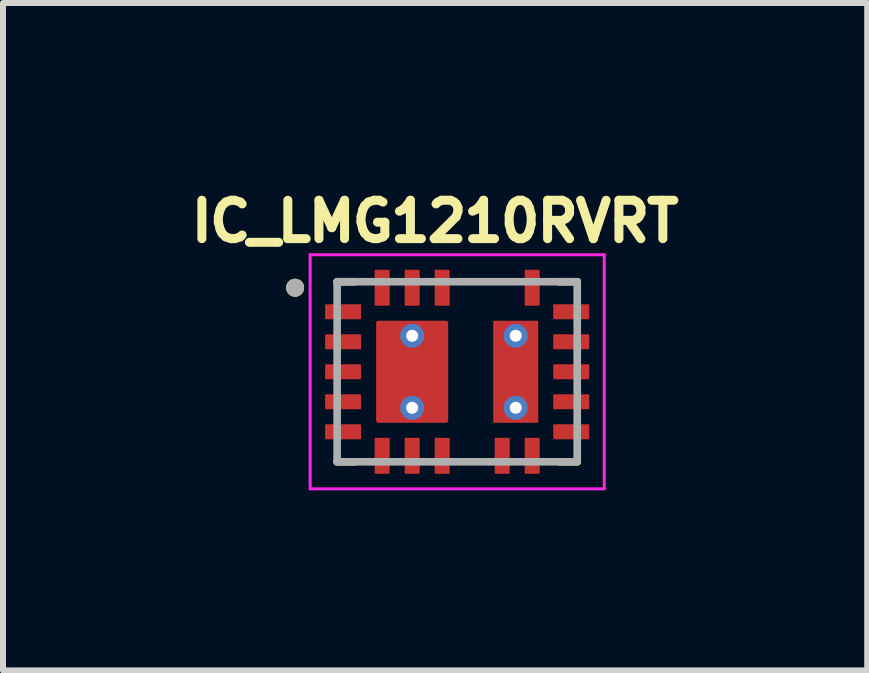
<source format=kicad_pcb>
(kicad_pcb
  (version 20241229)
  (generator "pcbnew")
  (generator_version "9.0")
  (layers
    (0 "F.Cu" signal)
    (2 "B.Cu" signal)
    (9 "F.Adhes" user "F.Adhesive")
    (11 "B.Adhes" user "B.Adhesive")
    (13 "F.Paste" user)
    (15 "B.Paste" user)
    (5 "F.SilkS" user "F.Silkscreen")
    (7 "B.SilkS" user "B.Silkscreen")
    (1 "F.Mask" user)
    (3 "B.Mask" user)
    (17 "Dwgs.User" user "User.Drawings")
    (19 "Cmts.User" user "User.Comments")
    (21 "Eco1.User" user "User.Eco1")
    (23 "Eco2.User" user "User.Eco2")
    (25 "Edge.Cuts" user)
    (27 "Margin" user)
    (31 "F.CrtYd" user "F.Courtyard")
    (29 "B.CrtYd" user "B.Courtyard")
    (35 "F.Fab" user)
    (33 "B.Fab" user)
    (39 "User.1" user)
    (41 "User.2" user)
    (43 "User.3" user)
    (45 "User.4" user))
  (footprint "IC_LMG1210RVRT"
    (layer "F.Cu")
    (at 4.567 3.144)
    (property "Reference" "IC_LMG1210RVRT" (at -0.368 -2.506 0) (layer "F.SilkS") (effects (font (size 0.64 0.64) (thickness 0.15))))
    (attr smd)
    (fp_poly (pts (xy 1.4 -0.9) (xy 0.55 -0.9) (xy 0.55 0.9) (xy 1.4 0.9)) (stroke (width 0.01) (type solid)) (fill yes) (layer "F.Mask"))
    (fp_poly (pts (xy -0.105 -0.9) (xy -1.395 -0.9) (xy -1.396 -0.9) (xy -1.397 -0.9) (xy -1.397 -0.899) (xy -1.398 -0.899) (xy -1.399 -0.899) (xy -1.399 -0.898) (xy -1.399 -0.897) (xy -1.4 -0.897) (xy -1.4 -0.896) (xy -1.4 -0.895) (xy -1.4 0.895) (xy -1.4 0.896) (xy -1.4 0.897) (xy -1.399 0.897) (xy -1.399 0.898) (xy -1.399 0.899) (xy -1.398 0.899) (xy -1.397 0.899) (xy -1.397 0.9) (xy -1.396 0.9) (xy -1.395 0.9) (xy -0.105 0.9) (xy -0.104 0.9) (xy -0.103 0.9) (xy -0.103 0.899) (xy -0.102 0.899) (xy -0.101 0.899) (xy -0.101 0.898) (xy -0.101 0.897) (xy -0.1 0.897) (xy -0.1 0.896) (xy -0.1 0.895) (xy -0.1 -0.895) (xy -0.1 -0.896) (xy -0.1 -0.897) (xy -0.101 -0.897) (xy -0.101 -0.898) (xy -0.101 -0.899) (xy -0.102 -0.899) (xy -0.103 -0.899) (xy -0.103 -0.9) (xy -0.104 -0.9) (xy -0.105 -0.9)) (stroke (width 0.01) (type solid)) (fill yes) (layer "F.Mask"))
    (fp_poly (pts (xy -1.6 -1.175) (xy -2.2 -1.175) (xy -2.203 -1.175) (xy -2.205 -1.175) (xy -2.208 -1.174) (xy -2.21 -1.174) (xy -2.213 -1.173) (xy -2.215 -1.173) (xy -2.218 -1.172) (xy -2.22 -1.171) (xy -2.223 -1.17) (xy -2.225 -1.168) (xy -2.227 -1.167) (xy -2.229 -1.165) (xy -2.231 -1.164) (xy -2.233 -1.162) (xy -2.235 -1.16) (xy -2.237 -1.158) (xy -2.239 -1.156) (xy -2.24 -1.154) (xy -2.242 -1.152) (xy -2.243 -1.15) (xy -2.245 -1.148) (xy -2.246 -1.145) (xy -2.247 -1.143) (xy -2.248 -1.14) (xy -2.248 -1.138) (xy -2.249 -1.135) (xy -2.249 -1.133) (xy -2.25 -1.13) (xy -2.25 -1.128) (xy -2.25 -1.125) (xy -2.25 -0.875) (xy -2.25 -0.872) (xy -2.25 -0.87) (xy -2.249 -0.867) (xy -2.249 -0.865) (xy -2.248 -0.862) (xy -2.248 -0.86) (xy -2.247 -0.857) (xy -2.246 -0.855) (xy -2.245 -0.852) (xy -2.243 -0.85) (xy -2.242 -0.848) (xy -2.24 -0.846) (xy -2.239 -0.844) (xy -2.237 -0.842) (xy -2.235 -0.84) (xy -2.233 -0.838) (xy -2.231 -0.836) (xy -2.229 -0.835) (xy -2.227 -0.833) (xy -2.225 -0.832) (xy -2.223 -0.83) (xy -2.22 -0.829) (xy -2.218 -0.828) (xy -2.215 -0.827) (xy -2.213 -0.827) (xy -2.21 -0.826) (xy -2.208 -0.826) (xy -2.205 -0.825) (xy -2.203 -0.825) (xy -2.2 -0.825) (xy -1.6 -0.825) (xy -1.597 -0.825) (xy -1.595 -0.825) (xy -1.592 -0.826) (xy -1.59 -0.826) (xy -1.587 -0.827) (xy -1.585 -0.827) (xy -1.582 -0.828) (xy -1.58 -0.829) (xy -1.577 -0.83) (xy -1.575 -0.832) (xy -1.573 -0.833) (xy -1.571 -0.835) (xy -1.569 -0.836) (xy -1.567 -0.838) (xy -1.565 -0.84) (xy -1.563 -0.842) (xy -1.561 -0.844) (xy -1.56 -0.846) (xy -1.558 -0.848) (xy -1.557 -0.85) (xy -1.555 -0.852) (xy -1.554 -0.855) (xy -1.553 -0.857) (xy -1.552 -0.86) (xy -1.552 -0.862) (xy -1.551 -0.865) (xy -1.551 -0.867) (xy -1.55 -0.87) (xy -1.55 -0.872) (xy -1.55 -0.875) (xy -1.55 -1.125) (xy -1.55 -1.128) (xy -1.55 -1.13) (xy -1.551 -1.133) (xy -1.551 -1.135) (xy -1.552 -1.138) (xy -1.552 -1.14) (xy -1.553 -1.143) (xy -1.554 -1.145) (xy -1.555 -1.148) (xy -1.557 -1.15) (xy -1.558 -1.152) (xy -1.56 -1.154) (xy -1.561 -1.156) (xy -1.563 -1.158) (xy -1.565 -1.16) (xy -1.567 -1.162) (xy -1.569 -1.164) (xy -1.571 -1.165) (xy -1.573 -1.167) (xy -1.575 -1.168) (xy -1.577 -1.17) (xy -1.58 -1.171) (xy -1.582 -1.172) (xy -1.585 -1.173) (xy -1.587 -1.173) (xy -1.59 -1.174) (xy -1.592 -1.174) (xy -1.595 -1.175) (xy -1.597 -1.175) (xy -1.6 -1.175)) (stroke (width 0.01) (type solid)) (fill yes) (layer "F.Mask"))
    (fp_poly (pts (xy -1.6 -0.675) (xy -2.2 -0.675) (xy -2.203 -0.675) (xy -2.205 -0.675) (xy -2.208 -0.674) (xy -2.21 -0.674) (xy -2.213 -0.673) (xy -2.215 -0.673) (xy -2.218 -0.672) (xy -2.22 -0.671) (xy -2.223 -0.67) (xy -2.225 -0.668) (xy -2.227 -0.667) (xy -2.229 -0.665) (xy -2.231 -0.664) (xy -2.233 -0.662) (xy -2.235 -0.66) (xy -2.237 -0.658) (xy -2.239 -0.656) (xy -2.24 -0.654) (xy -2.242 -0.652) (xy -2.243 -0.65) (xy -2.245 -0.648) (xy -2.246 -0.645) (xy -2.247 -0.643) (xy -2.248 -0.64) (xy -2.248 -0.638) (xy -2.249 -0.635) (xy -2.249 -0.633) (xy -2.25 -0.63) (xy -2.25 -0.628) (xy -2.25 -0.625) (xy -2.25 -0.375) (xy -2.25 -0.372) (xy -2.25 -0.37) (xy -2.249 -0.367) (xy -2.249 -0.365) (xy -2.248 -0.362) (xy -2.248 -0.36) (xy -2.247 -0.357) (xy -2.246 -0.355) (xy -2.245 -0.352) (xy -2.243 -0.35) (xy -2.242 -0.348) (xy -2.24 -0.346) (xy -2.239 -0.344) (xy -2.237 -0.342) (xy -2.235 -0.34) (xy -2.233 -0.338) (xy -2.231 -0.336) (xy -2.229 -0.335) (xy -2.227 -0.333) (xy -2.225 -0.332) (xy -2.223 -0.33) (xy -2.22 -0.329) (xy -2.218 -0.328) (xy -2.215 -0.327) (xy -2.213 -0.327) (xy -2.21 -0.326) (xy -2.208 -0.326) (xy -2.205 -0.325) (xy -2.203 -0.325) (xy -2.2 -0.325) (xy -1.6 -0.325) (xy -1.597 -0.325) (xy -1.595 -0.325) (xy -1.592 -0.326) (xy -1.59 -0.326) (xy -1.587 -0.327) (xy -1.585 -0.327) (xy -1.582 -0.328) (xy -1.58 -0.329) (xy -1.577 -0.33) (xy -1.575 -0.332) (xy -1.573 -0.333) (xy -1.571 -0.335) (xy -1.569 -0.336) (xy -1.567 -0.338) (xy -1.565 -0.34) (xy -1.563 -0.342) (xy -1.561 -0.344) (xy -1.56 -0.346) (xy -1.558 -0.348) (xy -1.557 -0.35) (xy -1.555 -0.352) (xy -1.554 -0.355) (xy -1.553 -0.357) (xy -1.552 -0.36) (xy -1.552 -0.362) (xy -1.551 -0.365) (xy -1.551 -0.367) (xy -1.55 -0.37) (xy -1.55 -0.372) (xy -1.55 -0.375) (xy -1.55 -0.625) (xy -1.55 -0.628) (xy -1.55 -0.63) (xy -1.551 -0.633) (xy -1.551 -0.635) (xy -1.552 -0.638) (xy -1.552 -0.64) (xy -1.553 -0.643) (xy -1.554 -0.645) (xy -1.555 -0.648) (xy -1.557 -0.65) (xy -1.558 -0.652) (xy -1.56 -0.654) (xy -1.561 -0.656) (xy -1.563 -0.658) (xy -1.565 -0.66) (xy -1.567 -0.662) (xy -1.569 -0.664) (xy -1.571 -0.665) (xy -1.573 -0.667) (xy -1.575 -0.668) (xy -1.577 -0.67) (xy -1.58 -0.671) (xy -1.582 -0.672) (xy -1.585 -0.673) (xy -1.587 -0.673) (xy -1.59 -0.674) (xy -1.592 -0.674) (xy -1.595 -0.675) (xy -1.597 -0.675) (xy -1.6 -0.675)) (stroke (width 0.01) (type solid)) (fill yes) (layer "F.Mask"))
    (fp_poly (pts (xy -1.6 -0.175) (xy -2.2 -0.175) (xy -2.203 -0.175) (xy -2.205 -0.175) (xy -2.208 -0.174) (xy -2.21 -0.174) (xy -2.213 -0.173) (xy -2.215 -0.173) (xy -2.218 -0.172) (xy -2.22 -0.171) (xy -2.223 -0.17) (xy -2.225 -0.168) (xy -2.227 -0.167) (xy -2.229 -0.165) (xy -2.231 -0.164) (xy -2.233 -0.162) (xy -2.235 -0.16) (xy -2.237 -0.158) (xy -2.239 -0.156) (xy -2.24 -0.154) (xy -2.242 -0.152) (xy -2.243 -0.15) (xy -2.245 -0.148) (xy -2.246 -0.145) (xy -2.247 -0.143) (xy -2.248 -0.14) (xy -2.248 -0.138) (xy -2.249 -0.135) (xy -2.249 -0.133) (xy -2.25 -0.13) (xy -2.25 -0.128) (xy -2.25 -0.125) (xy -2.25 0.125) (xy -2.25 0.128) (xy -2.25 0.13) (xy -2.249 0.133) (xy -2.249 0.135) (xy -2.248 0.138) (xy -2.248 0.14) (xy -2.247 0.143) (xy -2.246 0.145) (xy -2.245 0.148) (xy -2.243 0.15) (xy -2.242 0.152) (xy -2.24 0.154) (xy -2.239 0.156) (xy -2.237 0.158) (xy -2.235 0.16) (xy -2.233 0.162) (xy -2.231 0.164) (xy -2.229 0.165) (xy -2.227 0.167) (xy -2.225 0.168) (xy -2.223 0.17) (xy -2.22 0.171) (xy -2.218 0.172) (xy -2.215 0.173) (xy -2.213 0.173) (xy -2.21 0.174) (xy -2.208 0.174) (xy -2.205 0.175) (xy -2.203 0.175) (xy -2.2 0.175) (xy -1.6 0.175) (xy -1.597 0.175) (xy -1.595 0.175) (xy -1.592 0.174) (xy -1.59 0.174) (xy -1.587 0.173) (xy -1.585 0.173) (xy -1.582 0.172) (xy -1.58 0.171) (xy -1.577 0.17) (xy -1.575 0.168) (xy -1.573 0.167) (xy -1.571 0.165) (xy -1.569 0.164) (xy -1.567 0.162) (xy -1.565 0.16) (xy -1.563 0.158) (xy -1.561 0.156) (xy -1.56 0.154) (xy -1.558 0.152) (xy -1.557 0.15) (xy -1.555 0.148) (xy -1.554 0.145) (xy -1.553 0.143) (xy -1.552 0.14) (xy -1.552 0.138) (xy -1.551 0.135) (xy -1.551 0.133) (xy -1.55 0.13) (xy -1.55 0.128) (xy -1.55 0.125) (xy -1.55 -0.125) (xy -1.55 -0.128) (xy -1.55 -0.13) (xy -1.551 -0.133) (xy -1.551 -0.135) (xy -1.552 -0.138) (xy -1.552 -0.14) (xy -1.553 -0.143) (xy -1.554 -0.145) (xy -1.555 -0.148) (xy -1.557 -0.15) (xy -1.558 -0.152) (xy -1.56 -0.154) (xy -1.561 -0.156) (xy -1.563 -0.158) (xy -1.565 -0.16) (xy -1.567 -0.162) (xy -1.569 -0.164) (xy -1.571 -0.165) (xy -1.573 -0.167) (xy -1.575 -0.168) (xy -1.577 -0.17) (xy -1.58 -0.171) (xy -1.582 -0.172) (xy -1.585 -0.173) (xy -1.587 -0.173) (xy -1.59 -0.174) (xy -1.592 -0.174) (xy -1.595 -0.175) (xy -1.597 -0.175) (xy -1.6 -0.175)) (stroke (width 0.01) (type solid)) (fill yes) (layer "F.Mask"))
    (fp_poly (pts (xy -1.6 0.325) (xy -2.2 0.325) (xy -2.203 0.325) (xy -2.205 0.325) (xy -2.208 0.326) (xy -2.21 0.326) (xy -2.213 0.327) (xy -2.215 0.327) (xy -2.218 0.328) (xy -2.22 0.329) (xy -2.223 0.33) (xy -2.225 0.332) (xy -2.227 0.333) (xy -2.229 0.335) (xy -2.231 0.336) (xy -2.233 0.338) (xy -2.235 0.34) (xy -2.237 0.342) (xy -2.239 0.344) (xy -2.24 0.346) (xy -2.242 0.348) (xy -2.243 0.35) (xy -2.245 0.352) (xy -2.246 0.355) (xy -2.247 0.357) (xy -2.248 0.36) (xy -2.248 0.362) (xy -2.249 0.365) (xy -2.249 0.367) (xy -2.25 0.37) (xy -2.25 0.372) (xy -2.25 0.375) (xy -2.25 0.625) (xy -2.25 0.628) (xy -2.25 0.63) (xy -2.249 0.633) (xy -2.249 0.635) (xy -2.248 0.638) (xy -2.248 0.64) (xy -2.247 0.643) (xy -2.246 0.645) (xy -2.245 0.648) (xy -2.243 0.65) (xy -2.242 0.652) (xy -2.24 0.654) (xy -2.239 0.656) (xy -2.237 0.658) (xy -2.235 0.66) (xy -2.233 0.662) (xy -2.231 0.664) (xy -2.229 0.665) (xy -2.227 0.667) (xy -2.225 0.668) (xy -2.223 0.67) (xy -2.22 0.671) (xy -2.218 0.672) (xy -2.215 0.673) (xy -2.213 0.673) (xy -2.21 0.674) (xy -2.208 0.674) (xy -2.205 0.675) (xy -2.203 0.675) (xy -2.2 0.675) (xy -1.6 0.675) (xy -1.597 0.675) (xy -1.595 0.675) (xy -1.592 0.674) (xy -1.59 0.674) (xy -1.587 0.673) (xy -1.585 0.673) (xy -1.582 0.672) (xy -1.58 0.671) (xy -1.577 0.67) (xy -1.575 0.668) (xy -1.573 0.667) (xy -1.571 0.665) (xy -1.569 0.664) (xy -1.567 0.662) (xy -1.565 0.66) (xy -1.563 0.658) (xy -1.561 0.656) (xy -1.56 0.654) (xy -1.558 0.652) (xy -1.557 0.65) (xy -1.555 0.648) (xy -1.554 0.645) (xy -1.553 0.643) (xy -1.552 0.64) (xy -1.552 0.638) (xy -1.551 0.635) (xy -1.551 0.633) (xy -1.55 0.63) (xy -1.55 0.628) (xy -1.55 0.625) (xy -1.55 0.375) (xy -1.55 0.372) (xy -1.55 0.37) (xy -1.551 0.367) (xy -1.551 0.365) (xy -1.552 0.362) (xy -1.552 0.36) (xy -1.553 0.357) (xy -1.554 0.355) (xy -1.555 0.352) (xy -1.557 0.35) (xy -1.558 0.348) (xy -1.56 0.346) (xy -1.561 0.344) (xy -1.563 0.342) (xy -1.565 0.34) (xy -1.567 0.338) (xy -1.569 0.336) (xy -1.571 0.335) (xy -1.573 0.333) (xy -1.575 0.332) (xy -1.577 0.33) (xy -1.58 0.329) (xy -1.582 0.328) (xy -1.585 0.327) (xy -1.587 0.327) (xy -1.59 0.326) (xy -1.592 0.326) (xy -1.595 0.325) (xy -1.597 0.325) (xy -1.6 0.325)) (stroke (width 0.01) (type solid)) (fill yes) (layer "F.Mask"))
    (fp_poly (pts (xy -1.6 0.825) (xy -2.2 0.825) (xy -2.203 0.825) (xy -2.205 0.825) (xy -2.208 0.826) (xy -2.21 0.826) (xy -2.213 0.827) (xy -2.215 0.827) (xy -2.218 0.828) (xy -2.22 0.829) (xy -2.223 0.83) (xy -2.225 0.832) (xy -2.227 0.833) (xy -2.229 0.835) (xy -2.231 0.836) (xy -2.233 0.838) (xy -2.235 0.84) (xy -2.237 0.842) (xy -2.239 0.844) (xy -2.24 0.846) (xy -2.242 0.848) (xy -2.243 0.85) (xy -2.245 0.852) (xy -2.246 0.855) (xy -2.247 0.857) (xy -2.248 0.86) (xy -2.248 0.862) (xy -2.249 0.865) (xy -2.249 0.867) (xy -2.25 0.87) (xy -2.25 0.872) (xy -2.25 0.875) (xy -2.25 1.125) (xy -2.25 1.128) (xy -2.25 1.13) (xy -2.249 1.133) (xy -2.249 1.135) (xy -2.248 1.138) (xy -2.248 1.14) (xy -2.247 1.143) (xy -2.246 1.145) (xy -2.245 1.148) (xy -2.243 1.15) (xy -2.242 1.152) (xy -2.24 1.154) (xy -2.239 1.156) (xy -2.237 1.158) (xy -2.235 1.16) (xy -2.233 1.162) (xy -2.231 1.164) (xy -2.229 1.165) (xy -2.227 1.167) (xy -2.225 1.168) (xy -2.223 1.17) (xy -2.22 1.171) (xy -2.218 1.172) (xy -2.215 1.173) (xy -2.213 1.173) (xy -2.21 1.174) (xy -2.208 1.174) (xy -2.205 1.175) (xy -2.203 1.175) (xy -2.2 1.175) (xy -1.6 1.175) (xy -1.597 1.175) (xy -1.595 1.175) (xy -1.592 1.174) (xy -1.59 1.174) (xy -1.587 1.173) (xy -1.585 1.173) (xy -1.582 1.172) (xy -1.58 1.171) (xy -1.577 1.17) (xy -1.575 1.168) (xy -1.573 1.167) (xy -1.571 1.165) (xy -1.569 1.164) (xy -1.567 1.162) (xy -1.565 1.16) (xy -1.563 1.158) (xy -1.561 1.156) (xy -1.56 1.154) (xy -1.558 1.152) (xy -1.557 1.15) (xy -1.555 1.148) (xy -1.554 1.145) (xy -1.553 1.143) (xy -1.552 1.14) (xy -1.552 1.138) (xy -1.551 1.135) (xy -1.551 1.133) (xy -1.55 1.13) (xy -1.55 1.128) (xy -1.55 1.125) (xy -1.55 0.875) (xy -1.55 0.872) (xy -1.55 0.87) (xy -1.551 0.867) (xy -1.551 0.865) (xy -1.552 0.862) (xy -1.552 0.86) (xy -1.553 0.857) (xy -1.554 0.855) (xy -1.555 0.852) (xy -1.557 0.85) (xy -1.558 0.848) (xy -1.56 0.846) (xy -1.561 0.844) (xy -1.563 0.842) (xy -1.565 0.84) (xy -1.567 0.838) (xy -1.569 0.836) (xy -1.571 0.835) (xy -1.573 0.833) (xy -1.575 0.832) (xy -1.577 0.83) (xy -1.58 0.829) (xy -1.582 0.828) (xy -1.585 0.827) (xy -1.587 0.827) (xy -1.59 0.826) (xy -1.592 0.826) (xy -1.595 0.825) (xy -1.597 0.825) (xy -1.6 0.825)) (stroke (width 0.01) (type solid)) (fill yes) (layer "F.Mask"))
    (fp_poly (pts (xy -1.425 1.1) (xy -1.425 1.7) (xy -1.425 1.703) (xy -1.425 1.705) (xy -1.424 1.708) (xy -1.424 1.71) (xy -1.423 1.713) (xy -1.423 1.715) (xy -1.422 1.718) (xy -1.421 1.72) (xy -1.42 1.723) (xy -1.418 1.725) (xy -1.417 1.727) (xy -1.415 1.729) (xy -1.414 1.731) (xy -1.412 1.733) (xy -1.41 1.735) (xy -1.408 1.737) (xy -1.406 1.739) (xy -1.404 1.74) (xy -1.402 1.742) (xy -1.4 1.743) (xy -1.398 1.745) (xy -1.395 1.746) (xy -1.393 1.747) (xy -1.39 1.748) (xy -1.388 1.748) (xy -1.385 1.749) (xy -1.383 1.749) (xy -1.38 1.75) (xy -1.378 1.75) (xy -1.375 1.75) (xy -1.125 1.75) (xy -1.122 1.75) (xy -1.12 1.75) (xy -1.117 1.749) (xy -1.115 1.749) (xy -1.112 1.748) (xy -1.11 1.748) (xy -1.107 1.747) (xy -1.105 1.746) (xy -1.102 1.745) (xy -1.1 1.743) (xy -1.098 1.742) (xy -1.096 1.74) (xy -1.094 1.739) (xy -1.092 1.737) (xy -1.09 1.735) (xy -1.088 1.733) (xy -1.086 1.731) (xy -1.085 1.729) (xy -1.083 1.727) (xy -1.082 1.725) (xy -1.08 1.723) (xy -1.079 1.72) (xy -1.078 1.718) (xy -1.077 1.715) (xy -1.077 1.713) (xy -1.076 1.71) (xy -1.076 1.708) (xy -1.075 1.705) (xy -1.075 1.703) (xy -1.075 1.7) (xy -1.075 1.1) (xy -1.075 1.097) (xy -1.075 1.095) (xy -1.076 1.092) (xy -1.076 1.09) (xy -1.077 1.087) (xy -1.077 1.085) (xy -1.078 1.082) (xy -1.079 1.08) (xy -1.08 1.077) (xy -1.082 1.075) (xy -1.083 1.073) (xy -1.085 1.071) (xy -1.086 1.069) (xy -1.088 1.067) (xy -1.09 1.065) (xy -1.092 1.063) (xy -1.094 1.061) (xy -1.096 1.06) (xy -1.098 1.058) (xy -1.1 1.057) (xy -1.102 1.055) (xy -1.105 1.054) (xy -1.107 1.053) (xy -1.11 1.052) (xy -1.112 1.052) (xy -1.115 1.051) (xy -1.117 1.051) (xy -1.12 1.05) (xy -1.122 1.05) (xy -1.125 1.05) (xy -1.375 1.05) (xy -1.378 1.05) (xy -1.38 1.05) (xy -1.383 1.051) (xy -1.385 1.051) (xy -1.388 1.052) (xy -1.39 1.052) (xy -1.393 1.053) (xy -1.395 1.054) (xy -1.398 1.055) (xy -1.4 1.057) (xy -1.402 1.058) (xy -1.404 1.06) (xy -1.406 1.061) (xy -1.408 1.063) (xy -1.41 1.065) (xy -1.412 1.067) (xy -1.414 1.069) (xy -1.415 1.071) (xy -1.417 1.073) (xy -1.418 1.075) (xy -1.42 1.077) (xy -1.421 1.08) (xy -1.422 1.082) (xy -1.423 1.085) (xy -1.423 1.087) (xy -1.424 1.09) (xy -1.424 1.092) (xy -1.425 1.095) (xy -1.425 1.097) (xy -1.425 1.1)) (stroke (width 0.01) (type solid)) (fill yes) (layer "F.Mask"))
    (fp_poly (pts (xy -1.075 -1.1) (xy -1.075 -1.7) (xy -1.075 -1.703) (xy -1.075 -1.705) (xy -1.076 -1.708) (xy -1.076 -1.71) (xy -1.077 -1.713) (xy -1.077 -1.715) (xy -1.078 -1.718) (xy -1.079 -1.72) (xy -1.08 -1.723) (xy -1.082 -1.725) (xy -1.083 -1.727) (xy -1.085 -1.729) (xy -1.086 -1.731) (xy -1.088 -1.733) (xy -1.09 -1.735) (xy -1.092 -1.737) (xy -1.094 -1.739) (xy -1.096 -1.74) (xy -1.098 -1.742) (xy -1.1 -1.743) (xy -1.102 -1.745) (xy -1.105 -1.746) (xy -1.107 -1.747) (xy -1.11 -1.748) (xy -1.112 -1.748) (xy -1.115 -1.749) (xy -1.117 -1.749) (xy -1.12 -1.75) (xy -1.122 -1.75) (xy -1.125 -1.75) (xy -1.375 -1.75) (xy -1.378 -1.75) (xy -1.38 -1.75) (xy -1.383 -1.749) (xy -1.385 -1.749) (xy -1.388 -1.748) (xy -1.39 -1.748) (xy -1.393 -1.747) (xy -1.395 -1.746) (xy -1.398 -1.745) (xy -1.4 -1.743) (xy -1.402 -1.742) (xy -1.404 -1.74) (xy -1.406 -1.739) (xy -1.408 -1.737) (xy -1.41 -1.735) (xy -1.412 -1.733) (xy -1.414 -1.731) (xy -1.415 -1.729) (xy -1.417 -1.727) (xy -1.418 -1.725) (xy -1.42 -1.723) (xy -1.421 -1.72) (xy -1.422 -1.718) (xy -1.423 -1.715) (xy -1.423 -1.713) (xy -1.424 -1.71) (xy -1.424 -1.708) (xy -1.425 -1.705) (xy -1.425 -1.703) (xy -1.425 -1.7) (xy -1.425 -1.1) (xy -1.425 -1.097) (xy -1.425 -1.095) (xy -1.424 -1.092) (xy -1.424 -1.09) (xy -1.423 -1.087) (xy -1.423 -1.085) (xy -1.422 -1.082) (xy -1.421 -1.08) (xy -1.42 -1.077) (xy -1.418 -1.075) (xy -1.417 -1.073) (xy -1.415 -1.071) (xy -1.414 -1.069) (xy -1.412 -1.067) (xy -1.41 -1.065) (xy -1.408 -1.063) (xy -1.406 -1.061) (xy -1.404 -1.06) (xy -1.402 -1.058) (xy -1.4 -1.057) (xy -1.398 -1.055) (xy -1.395 -1.054) (xy -1.393 -1.053) (xy -1.39 -1.052) (xy -1.388 -1.052) (xy -1.385 -1.051) (xy -1.383 -1.051) (xy -1.38 -1.05) (xy -1.378 -1.05) (xy -1.375 -1.05) (xy -1.125 -1.05) (xy -1.122 -1.05) (xy -1.12 -1.05) (xy -1.117 -1.051) (xy -1.115 -1.051) (xy -1.112 -1.052) (xy -1.11 -1.052) (xy -1.107 -1.053) (xy -1.105 -1.054) (xy -1.102 -1.055) (xy -1.1 -1.057) (xy -1.098 -1.058) (xy -1.096 -1.06) (xy -1.094 -1.061) (xy -1.092 -1.063) (xy -1.09 -1.065) (xy -1.088 -1.067) (xy -1.086 -1.069) (xy -1.085 -1.071) (xy -1.083 -1.073) (xy -1.082 -1.075) (xy -1.08 -1.077) (xy -1.079 -1.08) (xy -1.078 -1.082) (xy -1.077 -1.085) (xy -1.077 -1.087) (xy -1.076 -1.09) (xy -1.076 -1.092) (xy -1.075 -1.095) (xy -1.075 -1.097) (xy -1.075 -1.1)) (stroke (width 0.01) (type solid)) (fill yes) (layer "F.Mask"))
    (fp_poly (pts (xy -0.925 1.1) (xy -0.925 1.7) (xy -0.925 1.703) (xy -0.925 1.705) (xy -0.924 1.708) (xy -0.924 1.71) (xy -0.923 1.713) (xy -0.923 1.715) (xy -0.922 1.718) (xy -0.921 1.72) (xy -0.92 1.723) (xy -0.918 1.725) (xy -0.917 1.727) (xy -0.915 1.729) (xy -0.914 1.731) (xy -0.912 1.733) (xy -0.91 1.735) (xy -0.908 1.737) (xy -0.906 1.739) (xy -0.904 1.74) (xy -0.902 1.742) (xy -0.9 1.743) (xy -0.898 1.745) (xy -0.895 1.746) (xy -0.893 1.747) (xy -0.89 1.748) (xy -0.888 1.748) (xy -0.885 1.749) (xy -0.883 1.749) (xy -0.88 1.75) (xy -0.878 1.75) (xy -0.875 1.75) (xy -0.625 1.75) (xy -0.622 1.75) (xy -0.62 1.75) (xy -0.617 1.749) (xy -0.615 1.749) (xy -0.612 1.748) (xy -0.61 1.748) (xy -0.607 1.747) (xy -0.605 1.746) (xy -0.602 1.745) (xy -0.6 1.743) (xy -0.598 1.742) (xy -0.596 1.74) (xy -0.594 1.739) (xy -0.592 1.737) (xy -0.59 1.735) (xy -0.588 1.733) (xy -0.586 1.731) (xy -0.585 1.729) (xy -0.583 1.727) (xy -0.582 1.725) (xy -0.58 1.723) (xy -0.579 1.72) (xy -0.578 1.718) (xy -0.577 1.715) (xy -0.577 1.713) (xy -0.576 1.71) (xy -0.576 1.708) (xy -0.575 1.705) (xy -0.575 1.703) (xy -0.575 1.7) (xy -0.575 1.1) (xy -0.575 1.097) (xy -0.575 1.095) (xy -0.576 1.092) (xy -0.576 1.09) (xy -0.577 1.087) (xy -0.577 1.085) (xy -0.578 1.082) (xy -0.579 1.08) (xy -0.58 1.077) (xy -0.582 1.075) (xy -0.583 1.073) (xy -0.585 1.071) (xy -0.586 1.069) (xy -0.588 1.067) (xy -0.59 1.065) (xy -0.592 1.063) (xy -0.594 1.061) (xy -0.596 1.06) (xy -0.598 1.058) (xy -0.6 1.057) (xy -0.602 1.055) (xy -0.605 1.054) (xy -0.607 1.053) (xy -0.61 1.052) (xy -0.612 1.052) (xy -0.615 1.051) (xy -0.617 1.051) (xy -0.62 1.05) (xy -0.622 1.05) (xy -0.625 1.05) (xy -0.875 1.05) (xy -0.878 1.05) (xy -0.88 1.05) (xy -0.883 1.051) (xy -0.885 1.051) (xy -0.888 1.052) (xy -0.89 1.052) (xy -0.893 1.053) (xy -0.895 1.054) (xy -0.898 1.055) (xy -0.9 1.057) (xy -0.902 1.058) (xy -0.904 1.06) (xy -0.906 1.061) (xy -0.908 1.063) (xy -0.91 1.065) (xy -0.912 1.067) (xy -0.914 1.069) (xy -0.915 1.071) (xy -0.917 1.073) (xy -0.918 1.075) (xy -0.92 1.077) (xy -0.921 1.08) (xy -0.922 1.082) (xy -0.923 1.085) (xy -0.923 1.087) (xy -0.924 1.09) (xy -0.924 1.092) (xy -0.925 1.095) (xy -0.925 1.097) (xy -0.925 1.1)) (stroke (width 0.01) (type solid)) (fill yes) (layer "F.Mask"))
    (fp_poly (pts (xy -0.575 -1.1) (xy -0.575 -1.7) (xy -0.575 -1.703) (xy -0.575 -1.705) (xy -0.576 -1.708) (xy -0.576 -1.71) (xy -0.577 -1.713) (xy -0.577 -1.715) (xy -0.578 -1.718) (xy -0.579 -1.72) (xy -0.58 -1.723) (xy -0.582 -1.725) (xy -0.583 -1.727) (xy -0.585 -1.729) (xy -0.586 -1.731) (xy -0.588 -1.733) (xy -0.59 -1.735) (xy -0.592 -1.737) (xy -0.594 -1.739) (xy -0.596 -1.74) (xy -0.598 -1.742) (xy -0.6 -1.743) (xy -0.602 -1.745) (xy -0.605 -1.746) (xy -0.607 -1.747) (xy -0.61 -1.748) (xy -0.612 -1.748) (xy -0.615 -1.749) (xy -0.617 -1.749) (xy -0.62 -1.75) (xy -0.622 -1.75) (xy -0.625 -1.75) (xy -0.875 -1.75) (xy -0.878 -1.75) (xy -0.88 -1.75) (xy -0.883 -1.749) (xy -0.885 -1.749) (xy -0.888 -1.748) (xy -0.89 -1.748) (xy -0.893 -1.747) (xy -0.895 -1.746) (xy -0.898 -1.745) (xy -0.9 -1.743) (xy -0.902 -1.742) (xy -0.904 -1.74) (xy -0.906 -1.739) (xy -0.908 -1.737) (xy -0.91 -1.735) (xy -0.912 -1.733) (xy -0.914 -1.731) (xy -0.915 -1.729) (xy -0.917 -1.727) (xy -0.918 -1.725) (xy -0.92 -1.723) (xy -0.921 -1.72) (xy -0.922 -1.718) (xy -0.923 -1.715) (xy -0.923 -1.713) (xy -0.924 -1.71) (xy -0.924 -1.708) (xy -0.925 -1.705) (xy -0.925 -1.703) (xy -0.925 -1.7) (xy -0.925 -1.1) (xy -0.925 -1.097) (xy -0.925 -1.095) (xy -0.924 -1.092) (xy -0.924 -1.09) (xy -0.923 -1.087) (xy -0.923 -1.085) (xy -0.922 -1.082) (xy -0.921 -1.08) (xy -0.92 -1.077) (xy -0.918 -1.075) (xy -0.917 -1.073) (xy -0.915 -1.071) (xy -0.914 -1.069) (xy -0.912 -1.067) (xy -0.91 -1.065) (xy -0.908 -1.063) (xy -0.906 -1.061) (xy -0.904 -1.06) (xy -0.902 -1.058) (xy -0.9 -1.057) (xy -0.898 -1.055) (xy -0.895 -1.054) (xy -0.893 -1.053) (xy -0.89 -1.052) (xy -0.888 -1.052) (xy -0.885 -1.051) (xy -0.883 -1.051) (xy -0.88 -1.05) (xy -0.878 -1.05) (xy -0.875 -1.05) (xy -0.625 -1.05) (xy -0.622 -1.05) (xy -0.62 -1.05) (xy -0.617 -1.051) (xy -0.615 -1.051) (xy -0.612 -1.052) (xy -0.61 -1.052) (xy -0.607 -1.053) (xy -0.605 -1.054) (xy -0.602 -1.055) (xy -0.6 -1.057) (xy -0.598 -1.058) (xy -0.596 -1.06) (xy -0.594 -1.061) (xy -0.592 -1.063) (xy -0.59 -1.065) (xy -0.588 -1.067) (xy -0.586 -1.069) (xy -0.585 -1.071) (xy -0.583 -1.073) (xy -0.582 -1.075) (xy -0.58 -1.077) (xy -0.579 -1.08) (xy -0.578 -1.082) (xy -0.577 -1.085) (xy -0.577 -1.087) (xy -0.576 -1.09) (xy -0.576 -1.092) (xy -0.575 -1.095) (xy -0.575 -1.097) (xy -0.575 -1.1)) (stroke (width 0.01) (type solid)) (fill yes) (layer "F.Mask"))
    (fp_poly (pts (xy -0.425 1.1) (xy -0.425 1.7) (xy -0.425 1.703) (xy -0.425 1.705) (xy -0.424 1.708) (xy -0.424 1.71) (xy -0.423 1.713) (xy -0.423 1.715) (xy -0.422 1.718) (xy -0.421 1.72) (xy -0.42 1.723) (xy -0.418 1.725) (xy -0.417 1.727) (xy -0.415 1.729) (xy -0.414 1.731) (xy -0.412 1.733) (xy -0.41 1.735) (xy -0.408 1.737) (xy -0.406 1.739) (xy -0.404 1.74) (xy -0.402 1.742) (xy -0.4 1.743) (xy -0.398 1.745) (xy -0.395 1.746) (xy -0.393 1.747) (xy -0.39 1.748) (xy -0.388 1.748) (xy -0.385 1.749) (xy -0.383 1.749) (xy -0.38 1.75) (xy -0.378 1.75) (xy -0.375 1.75) (xy -0.125 1.75) (xy -0.122 1.75) (xy -0.12 1.75) (xy -0.117 1.749) (xy -0.115 1.749) (xy -0.112 1.748) (xy -0.11 1.748) (xy -0.107 1.747) (xy -0.105 1.746) (xy -0.102 1.745) (xy -0.1 1.743) (xy -0.098 1.742) (xy -0.096 1.74) (xy -0.094 1.739) (xy -0.092 1.737) (xy -0.09 1.735) (xy -0.088 1.733) (xy -0.086 1.731) (xy -0.085 1.729) (xy -0.083 1.727) (xy -0.082 1.725) (xy -0.08 1.723) (xy -0.079 1.72) (xy -0.078 1.718) (xy -0.077 1.715) (xy -0.077 1.713) (xy -0.076 1.71) (xy -0.076 1.708) (xy -0.075 1.705) (xy -0.075 1.703) (xy -0.075 1.7) (xy -0.075 1.1) (xy -0.075 1.097) (xy -0.075 1.095) (xy -0.076 1.092) (xy -0.076 1.09) (xy -0.077 1.087) (xy -0.077 1.085) (xy -0.078 1.082) (xy -0.079 1.08) (xy -0.08 1.077) (xy -0.082 1.075) (xy -0.083 1.073) (xy -0.085 1.071) (xy -0.086 1.069) (xy -0.088 1.067) (xy -0.09 1.065) (xy -0.092 1.063) (xy -0.094 1.061) (xy -0.096 1.06) (xy -0.098 1.058) (xy -0.1 1.057) (xy -0.102 1.055) (xy -0.105 1.054) (xy -0.107 1.053) (xy -0.11 1.052) (xy -0.112 1.052) (xy -0.115 1.051) (xy -0.117 1.051) (xy -0.12 1.05) (xy -0.122 1.05) (xy -0.125 1.05) (xy -0.375 1.05) (xy -0.378 1.05) (xy -0.38 1.05) (xy -0.383 1.051) (xy -0.385 1.051) (xy -0.388 1.052) (xy -0.39 1.052) (xy -0.393 1.053) (xy -0.395 1.054) (xy -0.398 1.055) (xy -0.4 1.057) (xy -0.402 1.058) (xy -0.404 1.06) (xy -0.406 1.061) (xy -0.408 1.063) (xy -0.41 1.065) (xy -0.412 1.067) (xy -0.414 1.069) (xy -0.415 1.071) (xy -0.417 1.073) (xy -0.418 1.075) (xy -0.42 1.077) (xy -0.421 1.08) (xy -0.422 1.082) (xy -0.423 1.085) (xy -0.423 1.087) (xy -0.424 1.09) (xy -0.424 1.092) (xy -0.425 1.095) (xy -0.425 1.097) (xy -0.425 1.1)) (stroke (width 0.01) (type solid)) (fill yes) (layer "F.Mask"))
    (fp_poly (pts (xy -0.075 -1.1) (xy -0.075 -1.7) (xy -0.075 -1.703) (xy -0.075 -1.705) (xy -0.076 -1.708) (xy -0.076 -1.71) (xy -0.077 -1.713) (xy -0.077 -1.715) (xy -0.078 -1.718) (xy -0.079 -1.72) (xy -0.08 -1.723) (xy -0.082 -1.725) (xy -0.083 -1.727) (xy -0.085 -1.729) (xy -0.086 -1.731) (xy -0.088 -1.733) (xy -0.09 -1.735) (xy -0.092 -1.737) (xy -0.094 -1.739) (xy -0.096 -1.74) (xy -0.098 -1.742) (xy -0.1 -1.743) (xy -0.102 -1.745) (xy -0.105 -1.746) (xy -0.107 -1.747) (xy -0.11 -1.748) (xy -0.112 -1.748) (xy -0.115 -1.749) (xy -0.117 -1.749) (xy -0.12 -1.75) (xy -0.122 -1.75) (xy -0.125 -1.75) (xy -0.375 -1.75) (xy -0.378 -1.75) (xy -0.38 -1.75) (xy -0.383 -1.749) (xy -0.385 -1.749) (xy -0.388 -1.748) (xy -0.39 -1.748) (xy -0.393 -1.747) (xy -0.395 -1.746) (xy -0.398 -1.745) (xy -0.4 -1.743) (xy -0.402 -1.742) (xy -0.404 -1.74) (xy -0.406 -1.739) (xy -0.408 -1.737) (xy -0.41 -1.735) (xy -0.412 -1.733) (xy -0.414 -1.731) (xy -0.415 -1.729) (xy -0.417 -1.727) (xy -0.418 -1.725) (xy -0.42 -1.723) (xy -0.421 -1.72) (xy -0.422 -1.718) (xy -0.423 -1.715) (xy -0.423 -1.713) (xy -0.424 -1.71) (xy -0.424 -1.708) (xy -0.425 -1.705) (xy -0.425 -1.703) (xy -0.425 -1.7) (xy -0.425 -1.1) (xy -0.425 -1.097) (xy -0.425 -1.095) (xy -0.424 -1.092) (xy -0.424 -1.09) (xy -0.423 -1.087) (xy -0.423 -1.085) (xy -0.422 -1.082) (xy -0.421 -1.08) (xy -0.42 -1.077) (xy -0.418 -1.075) (xy -0.417 -1.073) (xy -0.415 -1.071) (xy -0.414 -1.069) (xy -0.412 -1.067) (xy -0.41 -1.065) (xy -0.408 -1.063) (xy -0.406 -1.061) (xy -0.404 -1.06) (xy -0.402 -1.058) (xy -0.4 -1.057) (xy -0.398 -1.055) (xy -0.395 -1.054) (xy -0.393 -1.053) (xy -0.39 -1.052) (xy -0.388 -1.052) (xy -0.385 -1.051) (xy -0.383 -1.051) (xy -0.38 -1.05) (xy -0.378 -1.05) (xy -0.375 -1.05) (xy -0.125 -1.05) (xy -0.122 -1.05) (xy -0.12 -1.05) (xy -0.117 -1.051) (xy -0.115 -1.051) (xy -0.112 -1.052) (xy -0.11 -1.052) (xy -0.107 -1.053) (xy -0.105 -1.054) (xy -0.102 -1.055) (xy -0.1 -1.057) (xy -0.098 -1.058) (xy -0.096 -1.06) (xy -0.094 -1.061) (xy -0.092 -1.063) (xy -0.09 -1.065) (xy -0.088 -1.067) (xy -0.086 -1.069) (xy -0.085 -1.071) (xy -0.083 -1.073) (xy -0.082 -1.075) (xy -0.08 -1.077) (xy -0.079 -1.08) (xy -0.078 -1.082) (xy -0.077 -1.085) (xy -0.077 -1.087) (xy -0.076 -1.09) (xy -0.076 -1.092) (xy -0.075 -1.095) (xy -0.075 -1.097) (xy -0.075 -1.1)) (stroke (width 0.01) (type solid)) (fill yes) (layer "F.Mask"))
    (fp_poly (pts (xy 0.575 1.1) (xy 0.575 1.7) (xy 0.575 1.703) (xy 0.575 1.705) (xy 0.576 1.708) (xy 0.576 1.71) (xy 0.577 1.713) (xy 0.577 1.715) (xy 0.578 1.718) (xy 0.579 1.72) (xy 0.58 1.723) (xy 0.582 1.725) (xy 0.583 1.727) (xy 0.585 1.729) (xy 0.586 1.731) (xy 0.588 1.733) (xy 0.59 1.735) (xy 0.592 1.737) (xy 0.594 1.739) (xy 0.596 1.74) (xy 0.598 1.742) (xy 0.6 1.743) (xy 0.602 1.745) (xy 0.605 1.746) (xy 0.607 1.747) (xy 0.61 1.748) (xy 0.612 1.748) (xy 0.615 1.749) (xy 0.617 1.749) (xy 0.62 1.75) (xy 0.622 1.75) (xy 0.625 1.75) (xy 0.875 1.75) (xy 0.878 1.75) (xy 0.88 1.75) (xy 0.883 1.749) (xy 0.885 1.749) (xy 0.888 1.748) (xy 0.89 1.748) (xy 0.893 1.747) (xy 0.895 1.746) (xy 0.898 1.745) (xy 0.9 1.743) (xy 0.902 1.742) (xy 0.904 1.74) (xy 0.906 1.739) (xy 0.908 1.737) (xy 0.91 1.735) (xy 0.912 1.733) (xy 0.914 1.731) (xy 0.915 1.729) (xy 0.917 1.727) (xy 0.918 1.725) (xy 0.92 1.723) (xy 0.921 1.72) (xy 0.922 1.718) (xy 0.923 1.715) (xy 0.923 1.713) (xy 0.924 1.71) (xy 0.924 1.708) (xy 0.925 1.705) (xy 0.925 1.703) (xy 0.925 1.7) (xy 0.925 1.1) (xy 0.925 1.097) (xy 0.925 1.095) (xy 0.924 1.092) (xy 0.924 1.09) (xy 0.923 1.087) (xy 0.923 1.085) (xy 0.922 1.082) (xy 0.921 1.08) (xy 0.92 1.077) (xy 0.918 1.075) (xy 0.917 1.073) (xy 0.915 1.071) (xy 0.914 1.069) (xy 0.912 1.067) (xy 0.91 1.065) (xy 0.908 1.063) (xy 0.906 1.061) (xy 0.904 1.06) (xy 0.902 1.058) (xy 0.9 1.057) (xy 0.898 1.055) (xy 0.895 1.054) (xy 0.893 1.053) (xy 0.89 1.052) (xy 0.888 1.052) (xy 0.885 1.051) (xy 0.883 1.051) (xy 0.88 1.05) (xy 0.878 1.05) (xy 0.875 1.05) (xy 0.625 1.05) (xy 0.622 1.05) (xy 0.62 1.05) (xy 0.617 1.051) (xy 0.615 1.051) (xy 0.612 1.052) (xy 0.61 1.052) (xy 0.607 1.053) (xy 0.605 1.054) (xy 0.602 1.055) (xy 0.6 1.057) (xy 0.598 1.058) (xy 0.596 1.06) (xy 0.594 1.061) (xy 0.592 1.063) (xy 0.59 1.065) (xy 0.588 1.067) (xy 0.586 1.069) (xy 0.585 1.071) (xy 0.583 1.073) (xy 0.582 1.075) (xy 0.58 1.077) (xy 0.579 1.08) (xy 0.578 1.082) (xy 0.577 1.085) (xy 0.577 1.087) (xy 0.576 1.09) (xy 0.576 1.092) (xy 0.575 1.095) (xy 0.575 1.097) (xy 0.575 1.1)) (stroke (width 0.01) (type solid)) (fill yes) (layer "F.Mask"))
    (fp_poly (pts (xy 1.075 1.1) (xy 1.075 1.7) (xy 1.075 1.703) (xy 1.075 1.705) (xy 1.076 1.708) (xy 1.076 1.71) (xy 1.077 1.713) (xy 1.077 1.715) (xy 1.078 1.718) (xy 1.079 1.72) (xy 1.08 1.723) (xy 1.082 1.725) (xy 1.083 1.727) (xy 1.085 1.729) (xy 1.086 1.731) (xy 1.088 1.733) (xy 1.09 1.735) (xy 1.092 1.737) (xy 1.094 1.739) (xy 1.096 1.74) (xy 1.098 1.742) (xy 1.1 1.743) (xy 1.102 1.745) (xy 1.105 1.746) (xy 1.107 1.747) (xy 1.11 1.748) (xy 1.112 1.748) (xy 1.115 1.749) (xy 1.117 1.749) (xy 1.12 1.75) (xy 1.122 1.75) (xy 1.125 1.75) (xy 1.375 1.75) (xy 1.378 1.75) (xy 1.38 1.75) (xy 1.383 1.749) (xy 1.385 1.749) (xy 1.388 1.748) (xy 1.39 1.748) (xy 1.393 1.747) (xy 1.395 1.746) (xy 1.398 1.745) (xy 1.4 1.743) (xy 1.402 1.742) (xy 1.404 1.74) (xy 1.406 1.739) (xy 1.408 1.737) (xy 1.41 1.735) (xy 1.412 1.733) (xy 1.414 1.731) (xy 1.415 1.729) (xy 1.417 1.727) (xy 1.418 1.725) (xy 1.42 1.723) (xy 1.421 1.72) (xy 1.422 1.718) (xy 1.423 1.715) (xy 1.423 1.713) (xy 1.424 1.71) (xy 1.424 1.708) (xy 1.425 1.705) (xy 1.425 1.703) (xy 1.425 1.7) (xy 1.425 1.1) (xy 1.425 1.097) (xy 1.425 1.095) (xy 1.424 1.092) (xy 1.424 1.09) (xy 1.423 1.087) (xy 1.423 1.085) (xy 1.422 1.082) (xy 1.421 1.08) (xy 1.42 1.077) (xy 1.418 1.075) (xy 1.417 1.073) (xy 1.415 1.071) (xy 1.414 1.069) (xy 1.412 1.067) (xy 1.41 1.065) (xy 1.408 1.063) (xy 1.406 1.061) (xy 1.404 1.06) (xy 1.402 1.058) (xy 1.4 1.057) (xy 1.398 1.055) (xy 1.395 1.054) (xy 1.393 1.053) (xy 1.39 1.052) (xy 1.388 1.052) (xy 1.385 1.051) (xy 1.383 1.051) (xy 1.38 1.05) (xy 1.378 1.05) (xy 1.375 1.05) (xy 1.125 1.05) (xy 1.122 1.05) (xy 1.12 1.05) (xy 1.117 1.051) (xy 1.115 1.051) (xy 1.112 1.052) (xy 1.11 1.052) (xy 1.107 1.053) (xy 1.105 1.054) (xy 1.102 1.055) (xy 1.1 1.057) (xy 1.098 1.058) (xy 1.096 1.06) (xy 1.094 1.061) (xy 1.092 1.063) (xy 1.09 1.065) (xy 1.088 1.067) (xy 1.086 1.069) (xy 1.085 1.071) (xy 1.083 1.073) (xy 1.082 1.075) (xy 1.08 1.077) (xy 1.079 1.08) (xy 1.078 1.082) (xy 1.077 1.085) (xy 1.077 1.087) (xy 1.076 1.09) (xy 1.076 1.092) (xy 1.075 1.095) (xy 1.075 1.097) (xy 1.075 1.1)) (stroke (width 0.01) (type solid)) (fill yes) (layer "F.Mask"))
    (fp_poly (pts (xy 1.425 -1.1) (xy 1.425 -1.7) (xy 1.425 -1.703) (xy 1.425 -1.705) (xy 1.424 -1.708) (xy 1.424 -1.71) (xy 1.423 -1.713) (xy 1.423 -1.715) (xy 1.422 -1.718) (xy 1.421 -1.72) (xy 1.42 -1.723) (xy 1.418 -1.725) (xy 1.417 -1.727) (xy 1.415 -1.729) (xy 1.414 -1.731) (xy 1.412 -1.733) (xy 1.41 -1.735) (xy 1.408 -1.737) (xy 1.406 -1.739) (xy 1.404 -1.74) (xy 1.402 -1.742) (xy 1.4 -1.743) (xy 1.398 -1.745) (xy 1.395 -1.746) (xy 1.393 -1.747) (xy 1.39 -1.748) (xy 1.388 -1.748) (xy 1.385 -1.749) (xy 1.383 -1.749) (xy 1.38 -1.75) (xy 1.378 -1.75) (xy 1.375 -1.75) (xy 1.125 -1.75) (xy 1.122 -1.75) (xy 1.12 -1.75) (xy 1.117 -1.749) (xy 1.115 -1.749) (xy 1.112 -1.748) (xy 1.11 -1.748) (xy 1.107 -1.747) (xy 1.105 -1.746) (xy 1.102 -1.745) (xy 1.1 -1.743) (xy 1.098 -1.742) (xy 1.096 -1.74) (xy 1.094 -1.739) (xy 1.092 -1.737) (xy 1.09 -1.735) (xy 1.088 -1.733) (xy 1.086 -1.731) (xy 1.085 -1.729) (xy 1.083 -1.727) (xy 1.082 -1.725) (xy 1.08 -1.723) (xy 1.079 -1.72) (xy 1.078 -1.718) (xy 1.077 -1.715) (xy 1.077 -1.713) (xy 1.076 -1.71) (xy 1.076 -1.708) (xy 1.075 -1.705) (xy 1.075 -1.703) (xy 1.075 -1.7) (xy 1.075 -1.1) (xy 1.075 -1.097) (xy 1.075 -1.095) (xy 1.076 -1.092) (xy 1.076 -1.09) (xy 1.077 -1.087) (xy 1.077 -1.085) (xy 1.078 -1.082) (xy 1.079 -1.08) (xy 1.08 -1.077) (xy 1.082 -1.075) (xy 1.083 -1.073) (xy 1.085 -1.071) (xy 1.086 -1.069) (xy 1.088 -1.067) (xy 1.09 -1.065) (xy 1.092 -1.063) (xy 1.094 -1.061) (xy 1.096 -1.06) (xy 1.098 -1.058) (xy 1.1 -1.057) (xy 1.102 -1.055) (xy 1.105 -1.054) (xy 1.107 -1.053) (xy 1.11 -1.052) (xy 1.112 -1.052) (xy 1.115 -1.051) (xy 1.117 -1.051) (xy 1.12 -1.05) (xy 1.122 -1.05) (xy 1.125 -1.05) (xy 1.375 -1.05) (xy 1.378 -1.05) (xy 1.38 -1.05) (xy 1.383 -1.051) (xy 1.385 -1.051) (xy 1.388 -1.052) (xy 1.39 -1.052) (xy 1.393 -1.053) (xy 1.395 -1.054) (xy 1.398 -1.055) (xy 1.4 -1.057) (xy 1.402 -1.058) (xy 1.404 -1.06) (xy 1.406 -1.061) (xy 1.408 -1.063) (xy 1.41 -1.065) (xy 1.412 -1.067) (xy 1.414 -1.069) (xy 1.415 -1.071) (xy 1.417 -1.073) (xy 1.418 -1.075) (xy 1.42 -1.077) (xy 1.421 -1.08) (xy 1.422 -1.082) (xy 1.423 -1.085) (xy 1.423 -1.087) (xy 1.424 -1.09) (xy 1.424 -1.092) (xy 1.425 -1.095) (xy 1.425 -1.097) (xy 1.425 -1.1)) (stroke (width 0.01) (type solid)) (fill yes) (layer "F.Mask"))
    (fp_poly (pts (xy 1.6 -0.825) (xy 2.2 -0.825) (xy 2.203 -0.825) (xy 2.205 -0.825) (xy 2.208 -0.826) (xy 2.21 -0.826) (xy 2.213 -0.827) (xy 2.215 -0.827) (xy 2.218 -0.828) (xy 2.22 -0.829) (xy 2.223 -0.83) (xy 2.225 -0.832) (xy 2.227 -0.833) (xy 2.229 -0.835) (xy 2.231 -0.836) (xy 2.233 -0.838) (xy 2.235 -0.84) (xy 2.237 -0.842) (xy 2.239 -0.844) (xy 2.24 -0.846) (xy 2.242 -0.848) (xy 2.243 -0.85) (xy 2.245 -0.852) (xy 2.246 -0.855) (xy 2.247 -0.857) (xy 2.248 -0.86) (xy 2.248 -0.862) (xy 2.249 -0.865) (xy 2.249 -0.867) (xy 2.25 -0.87) (xy 2.25 -0.872) (xy 2.25 -0.875) (xy 2.25 -1.125) (xy 2.25 -1.128) (xy 2.25 -1.13) (xy 2.249 -1.133) (xy 2.249 -1.135) (xy 2.248 -1.138) (xy 2.248 -1.14) (xy 2.247 -1.143) (xy 2.246 -1.145) (xy 2.245 -1.148) (xy 2.243 -1.15) (xy 2.242 -1.152) (xy 2.24 -1.154) (xy 2.239 -1.156) (xy 2.237 -1.158) (xy 2.235 -1.16) (xy 2.233 -1.162) (xy 2.231 -1.164) (xy 2.229 -1.165) (xy 2.227 -1.167) (xy 2.225 -1.168) (xy 2.223 -1.17) (xy 2.22 -1.171) (xy 2.218 -1.172) (xy 2.215 -1.173) (xy 2.213 -1.173) (xy 2.21 -1.174) (xy 2.208 -1.174) (xy 2.205 -1.175) (xy 2.203 -1.175) (xy 2.2 -1.175) (xy 1.6 -1.175) (xy 1.597 -1.175) (xy 1.595 -1.175) (xy 1.592 -1.174) (xy 1.59 -1.174) (xy 1.587 -1.173) (xy 1.585 -1.173) (xy 1.582 -1.172) (xy 1.58 -1.171) (xy 1.577 -1.17) (xy 1.575 -1.168) (xy 1.573 -1.167) (xy 1.571 -1.165) (xy 1.569 -1.164) (xy 1.567 -1.162) (xy 1.565 -1.16) (xy 1.563 -1.158) (xy 1.561 -1.156) (xy 1.56 -1.154) (xy 1.558 -1.152) (xy 1.557 -1.15) (xy 1.555 -1.148) (xy 1.554 -1.145) (xy 1.553 -1.143) (xy 1.552 -1.14) (xy 1.552 -1.138) (xy 1.551 -1.135) (xy 1.551 -1.133) (xy 1.55 -1.13) (xy 1.55 -1.128) (xy 1.55 -1.125) (xy 1.55 -0.875) (xy 1.55 -0.872) (xy 1.55 -0.87) (xy 1.551 -0.867) (xy 1.551 -0.865) (xy 1.552 -0.862) (xy 1.552 -0.86) (xy 1.553 -0.857) (xy 1.554 -0.855) (xy 1.555 -0.852) (xy 1.557 -0.85) (xy 1.558 -0.848) (xy 1.56 -0.846) (xy 1.561 -0.844) (xy 1.563 -0.842) (xy 1.565 -0.84) (xy 1.567 -0.838) (xy 1.569 -0.836) (xy 1.571 -0.835) (xy 1.573 -0.833) (xy 1.575 -0.832) (xy 1.577 -0.83) (xy 1.58 -0.829) (xy 1.582 -0.828) (xy 1.585 -0.827) (xy 1.587 -0.827) (xy 1.59 -0.826) (xy 1.592 -0.826) (xy 1.595 -0.825) (xy 1.597 -0.825) (xy 1.6 -0.825)) (stroke (width 0.01) (type solid)) (fill yes) (layer "F.Mask"))
    (fp_poly (pts (xy 1.6 -0.325) (xy 2.2 -0.325) (xy 2.203 -0.325) (xy 2.205 -0.325) (xy 2.208 -0.326) (xy 2.21 -0.326) (xy 2.213 -0.327) (xy 2.215 -0.327) (xy 2.218 -0.328) (xy 2.22 -0.329) (xy 2.223 -0.33) (xy 2.225 -0.332) (xy 2.227 -0.333) (xy 2.229 -0.335) (xy 2.231 -0.336) (xy 2.233 -0.338) (xy 2.235 -0.34) (xy 2.237 -0.342) (xy 2.239 -0.344) (xy 2.24 -0.346) (xy 2.242 -0.348) (xy 2.243 -0.35) (xy 2.245 -0.352) (xy 2.246 -0.355) (xy 2.247 -0.357) (xy 2.248 -0.36) (xy 2.248 -0.362) (xy 2.249 -0.365) (xy 2.249 -0.367) (xy 2.25 -0.37) (xy 2.25 -0.372) (xy 2.25 -0.375) (xy 2.25 -0.625) (xy 2.25 -0.628) (xy 2.25 -0.63) (xy 2.249 -0.633) (xy 2.249 -0.635) (xy 2.248 -0.638) (xy 2.248 -0.64) (xy 2.247 -0.643) (xy 2.246 -0.645) (xy 2.245 -0.648) (xy 2.243 -0.65) (xy 2.242 -0.652) (xy 2.24 -0.654) (xy 2.239 -0.656) (xy 2.237 -0.658) (xy 2.235 -0.66) (xy 2.233 -0.662) (xy 2.231 -0.664) (xy 2.229 -0.665) (xy 2.227 -0.667) (xy 2.225 -0.668) (xy 2.223 -0.67) (xy 2.22 -0.671) (xy 2.218 -0.672) (xy 2.215 -0.673) (xy 2.213 -0.673) (xy 2.21 -0.674) (xy 2.208 -0.674) (xy 2.205 -0.675) (xy 2.203 -0.675) (xy 2.2 -0.675) (xy 1.6 -0.675) (xy 1.597 -0.675) (xy 1.595 -0.675) (xy 1.592 -0.674) (xy 1.59 -0.674) (xy 1.587 -0.673) (xy 1.585 -0.673) (xy 1.582 -0.672) (xy 1.58 -0.671) (xy 1.577 -0.67) (xy 1.575 -0.668) (xy 1.573 -0.667) (xy 1.571 -0.665) (xy 1.569 -0.664) (xy 1.567 -0.662) (xy 1.565 -0.66) (xy 1.563 -0.658) (xy 1.561 -0.656) (xy 1.56 -0.654) (xy 1.558 -0.652) (xy 1.557 -0.65) (xy 1.555 -0.648) (xy 1.554 -0.645) (xy 1.553 -0.643) (xy 1.552 -0.64) (xy 1.552 -0.638) (xy 1.551 -0.635) (xy 1.551 -0.633) (xy 1.55 -0.63) (xy 1.55 -0.628) (xy 1.55 -0.625) (xy 1.55 -0.375) (xy 1.55 -0.372) (xy 1.55 -0.37) (xy 1.551 -0.367) (xy 1.551 -0.365) (xy 1.552 -0.362) (xy 1.552 -0.36) (xy 1.553 -0.357) (xy 1.554 -0.355) (xy 1.555 -0.352) (xy 1.557 -0.35) (xy 1.558 -0.348) (xy 1.56 -0.346) (xy 1.561 -0.344) (xy 1.563 -0.342) (xy 1.565 -0.34) (xy 1.567 -0.338) (xy 1.569 -0.336) (xy 1.571 -0.335) (xy 1.573 -0.333) (xy 1.575 -0.332) (xy 1.577 -0.33) (xy 1.58 -0.329) (xy 1.582 -0.328) (xy 1.585 -0.327) (xy 1.587 -0.327) (xy 1.59 -0.326) (xy 1.592 -0.326) (xy 1.595 -0.325) (xy 1.597 -0.325) (xy 1.6 -0.325)) (stroke (width 0.01) (type solid)) (fill yes) (layer "F.Mask"))
    (fp_poly (pts (xy 1.6 0.175) (xy 2.2 0.175) (xy 2.203 0.175) (xy 2.205 0.175) (xy 2.208 0.174) (xy 2.21 0.174) (xy 2.213 0.173) (xy 2.215 0.173) (xy 2.218 0.172) (xy 2.22 0.171) (xy 2.223 0.17) (xy 2.225 0.168) (xy 2.227 0.167) (xy 2.229 0.165) (xy 2.231 0.164) (xy 2.233 0.162) (xy 2.235 0.16) (xy 2.237 0.158) (xy 2.239 0.156) (xy 2.24 0.154) (xy 2.242 0.152) (xy 2.243 0.15) (xy 2.245 0.148) (xy 2.246 0.145) (xy 2.247 0.143) (xy 2.248 0.14) (xy 2.248 0.138) (xy 2.249 0.135) (xy 2.249 0.133) (xy 2.25 0.13) (xy 2.25 0.128) (xy 2.25 0.125) (xy 2.25 -0.125) (xy 2.25 -0.128) (xy 2.25 -0.13) (xy 2.249 -0.133) (xy 2.249 -0.135) (xy 2.248 -0.138) (xy 2.248 -0.14) (xy 2.247 -0.143) (xy 2.246 -0.145) (xy 2.245 -0.148) (xy 2.243 -0.15) (xy 2.242 -0.152) (xy 2.24 -0.154) (xy 2.239 -0.156) (xy 2.237 -0.158) (xy 2.235 -0.16) (xy 2.233 -0.162) (xy 2.231 -0.164) (xy 2.229 -0.165) (xy 2.227 -0.167) (xy 2.225 -0.168) (xy 2.223 -0.17) (xy 2.22 -0.171) (xy 2.218 -0.172) (xy 2.215 -0.173) (xy 2.213 -0.173) (xy 2.21 -0.174) (xy 2.208 -0.174) (xy 2.205 -0.175) (xy 2.203 -0.175) (xy 2.2 -0.175) (xy 1.6 -0.175) (xy 1.597 -0.175) (xy 1.595 -0.175) (xy 1.592 -0.174) (xy 1.59 -0.174) (xy 1.587 -0.173) (xy 1.585 -0.173) (xy 1.582 -0.172) (xy 1.58 -0.171) (xy 1.577 -0.17) (xy 1.575 -0.168) (xy 1.573 -0.167) (xy 1.571 -0.165) (xy 1.569 -0.164) (xy 1.567 -0.162) (xy 1.565 -0.16) (xy 1.563 -0.158) (xy 1.561 -0.156) (xy 1.56 -0.154) (xy 1.558 -0.152) (xy 1.557 -0.15) (xy 1.555 -0.148) (xy 1.554 -0.145) (xy 1.553 -0.143) (xy 1.552 -0.14) (xy 1.552 -0.138) (xy 1.551 -0.135) (xy 1.551 -0.133) (xy 1.55 -0.13) (xy 1.55 -0.128) (xy 1.55 -0.125) (xy 1.55 0.125) (xy 1.55 0.128) (xy 1.55 0.13) (xy 1.551 0.133) (xy 1.551 0.135) (xy 1.552 0.138) (xy 1.552 0.14) (xy 1.553 0.143) (xy 1.554 0.145) (xy 1.555 0.148) (xy 1.557 0.15) (xy 1.558 0.152) (xy 1.56 0.154) (xy 1.561 0.156) (xy 1.563 0.158) (xy 1.565 0.16) (xy 1.567 0.162) (xy 1.569 0.164) (xy 1.571 0.165) (xy 1.573 0.167) (xy 1.575 0.168) (xy 1.577 0.17) (xy 1.58 0.171) (xy 1.582 0.172) (xy 1.585 0.173) (xy 1.587 0.173) (xy 1.59 0.174) (xy 1.592 0.174) (xy 1.595 0.175) (xy 1.597 0.175) (xy 1.6 0.175)) (stroke (width 0.01) (type solid)) (fill yes) (layer "F.Mask"))
    (fp_poly (pts (xy 1.6 0.675) (xy 2.2 0.675) (xy 2.203 0.675) (xy 2.205 0.675) (xy 2.208 0.674) (xy 2.21 0.674) (xy 2.213 0.673) (xy 2.215 0.673) (xy 2.218 0.672) (xy 2.22 0.671) (xy 2.223 0.67) (xy 2.225 0.668) (xy 2.227 0.667) (xy 2.229 0.665) (xy 2.231 0.664) (xy 2.233 0.662) (xy 2.235 0.66) (xy 2.237 0.658) (xy 2.239 0.656) (xy 2.24 0.654) (xy 2.242 0.652) (xy 2.243 0.65) (xy 2.245 0.648) (xy 2.246 0.645) (xy 2.247 0.643) (xy 2.248 0.64) (xy 2.248 0.638) (xy 2.249 0.635) (xy 2.249 0.633) (xy 2.25 0.63) (xy 2.25 0.628) (xy 2.25 0.625) (xy 2.25 0.375) (xy 2.25 0.372) (xy 2.25 0.37) (xy 2.249 0.367) (xy 2.249 0.365) (xy 2.248 0.362) (xy 2.248 0.36) (xy 2.247 0.357) (xy 2.246 0.355) (xy 2.245 0.352) (xy 2.243 0.35) (xy 2.242 0.348) (xy 2.24 0.346) (xy 2.239 0.344) (xy 2.237 0.342) (xy 2.235 0.34) (xy 2.233 0.338) (xy 2.231 0.336) (xy 2.229 0.335) (xy 2.227 0.333) (xy 2.225 0.332) (xy 2.223 0.33) (xy 2.22 0.329) (xy 2.218 0.328) (xy 2.215 0.327) (xy 2.213 0.327) (xy 2.21 0.326) (xy 2.208 0.326) (xy 2.205 0.325) (xy 2.203 0.325) (xy 2.2 0.325) (xy 1.6 0.325) (xy 1.597 0.325) (xy 1.595 0.325) (xy 1.592 0.326) (xy 1.59 0.326) (xy 1.587 0.327) (xy 1.585 0.327) (xy 1.582 0.328) (xy 1.58 0.329) (xy 1.577 0.33) (xy 1.575 0.332) (xy 1.573 0.333) (xy 1.571 0.335) (xy 1.569 0.336) (xy 1.567 0.338) (xy 1.565 0.34) (xy 1.563 0.342) (xy 1.561 0.344) (xy 1.56 0.346) (xy 1.558 0.348) (xy 1.557 0.35) (xy 1.555 0.352) (xy 1.554 0.355) (xy 1.553 0.357) (xy 1.552 0.36) (xy 1.552 0.362) (xy 1.551 0.365) (xy 1.551 0.367) (xy 1.55 0.37) (xy 1.55 0.372) (xy 1.55 0.375) (xy 1.55 0.625) (xy 1.55 0.628) (xy 1.55 0.63) (xy 1.551 0.633) (xy 1.551 0.635) (xy 1.552 0.638) (xy 1.552 0.64) (xy 1.553 0.643) (xy 1.554 0.645) (xy 1.555 0.648) (xy 1.557 0.65) (xy 1.558 0.652) (xy 1.56 0.654) (xy 1.561 0.656) (xy 1.563 0.658) (xy 1.565 0.66) (xy 1.567 0.662) (xy 1.569 0.664) (xy 1.571 0.665) (xy 1.573 0.667) (xy 1.575 0.668) (xy 1.577 0.67) (xy 1.58 0.671) (xy 1.582 0.672) (xy 1.585 0.673) (xy 1.587 0.673) (xy 1.59 0.674) (xy 1.592 0.674) (xy 1.595 0.675) (xy 1.597 0.675) (xy 1.6 0.675)) (stroke (width 0.01) (type solid)) (fill yes) (layer "F.Mask"))
    (fp_poly (pts (xy 1.6 1.175) (xy 2.2 1.175) (xy 2.203 1.175) (xy 2.205 1.175) (xy 2.208 1.174) (xy 2.21 1.174) (xy 2.213 1.173) (xy 2.215 1.173) (xy 2.218 1.172) (xy 2.22 1.171) (xy 2.223 1.17) (xy 2.225 1.168) (xy 2.227 1.167) (xy 2.229 1.165) (xy 2.231 1.164) (xy 2.233 1.162) (xy 2.235 1.16) (xy 2.237 1.158) (xy 2.239 1.156) (xy 2.24 1.154) (xy 2.242 1.152) (xy 2.243 1.15) (xy 2.245 1.148) (xy 2.246 1.145) (xy 2.247 1.143) (xy 2.248 1.14) (xy 2.248 1.138) (xy 2.249 1.135) (xy 2.249 1.133) (xy 2.25 1.13) (xy 2.25 1.128) (xy 2.25 1.125) (xy 2.25 0.875) (xy 2.25 0.872) (xy 2.25 0.87) (xy 2.249 0.867) (xy 2.249 0.865) (xy 2.248 0.862) (xy 2.248 0.86) (xy 2.247 0.857) (xy 2.246 0.855) (xy 2.245 0.852) (xy 2.243 0.85) (xy 2.242 0.848) (xy 2.24 0.846) (xy 2.239 0.844) (xy 2.237 0.842) (xy 2.235 0.84) (xy 2.233 0.838) (xy 2.231 0.836) (xy 2.229 0.835) (xy 2.227 0.833) (xy 2.225 0.832) (xy 2.223 0.83) (xy 2.22 0.829) (xy 2.218 0.828) (xy 2.215 0.827) (xy 2.213 0.827) (xy 2.21 0.826) (xy 2.208 0.826) (xy 2.205 0.825) (xy 2.203 0.825) (xy 2.2 0.825) (xy 1.6 0.825) (xy 1.597 0.825) (xy 1.595 0.825) (xy 1.592 0.826) (xy 1.59 0.826) (xy 1.587 0.827) (xy 1.585 0.827) (xy 1.582 0.828) (xy 1.58 0.829) (xy 1.577 0.83) (xy 1.575 0.832) (xy 1.573 0.833) (xy 1.571 0.835) (xy 1.569 0.836) (xy 1.567 0.838) (xy 1.565 0.84) (xy 1.563 0.842) (xy 1.561 0.844) (xy 1.56 0.846) (xy 1.558 0.848) (xy 1.557 0.85) (xy 1.555 0.852) (xy 1.554 0.855) (xy 1.553 0.857) (xy 1.552 0.86) (xy 1.552 0.862) (xy 1.551 0.865) (xy 1.551 0.867) (xy 1.55 0.87) (xy 1.55 0.872) (xy 1.55 0.875) (xy 1.55 1.125) (xy 1.55 1.128) (xy 1.55 1.13) (xy 1.551 1.133) (xy 1.551 1.135) (xy 1.552 1.138) (xy 1.552 1.14) (xy 1.553 1.143) (xy 1.554 1.145) (xy 1.555 1.148) (xy 1.557 1.15) (xy 1.558 1.152) (xy 1.56 1.154) (xy 1.561 1.156) (xy 1.563 1.158) (xy 1.565 1.16) (xy 1.567 1.162) (xy 1.569 1.164) (xy 1.571 1.165) (xy 1.573 1.167) (xy 1.575 1.168) (xy 1.577 1.17) (xy 1.58 1.171) (xy 1.582 1.172) (xy 1.585 1.173) (xy 1.587 1.173) (xy 1.59 1.174) (xy 1.592 1.174) (xy 1.595 1.175) (xy 1.597 1.175) (xy 1.6 1.175)) (stroke (width 0.01) (type solid)) (fill yes) (layer "F.Mask"))
    (fp_line (start -2 1.5) (end -1.7 1.5) (stroke (width 0.127) (type solid)) (layer "F.SilkS"))
    (fp_line (start -1.7 -1.5) (end -2 -1.5) (stroke (width 0.127) (type solid)) (layer "F.SilkS"))
    (fp_line (start 1.7 1.5) (end 2 1.5) (stroke (width 0.127) (type solid)) (layer "F.SilkS"))
    (fp_line (start 2 -1.5) (end 1.7 -1.5) (stroke (width 0.127) (type solid)) (layer "F.SilkS"))
    (fp_circle (center -2.7 -1.4) (end -2.625 -1.4) (stroke (width 0.15) (type solid)) (fill no) (layer "F.SilkS"))
    (fp_poly (pts (xy -1.315 -0.85) (xy -0.185 -0.85) (xy -0.185 -0.1) (xy -1.315 -0.1)) (stroke (width 0.01) (type solid)) (fill yes) (layer "F.Paste"))
    (fp_poly (pts (xy -1.315 0.1) (xy -0.185 0.1) (xy -0.185 0.85) (xy -1.315 0.85)) (stroke (width 0.01) (type solid)) (fill yes) (layer "F.Paste"))
    (fp_poly (pts (xy 0.62 -0.85) (xy 1.33 -0.85) (xy 1.33 -0.1) (xy 0.62 -0.1)) (stroke (width 0.01) (type solid)) (fill yes) (layer "F.Paste"))
    (fp_poly (pts (xy 0.62 0.1) (xy 1.33 0.1) (xy 1.33 0.85) (xy 0.62 0.85)) (stroke (width 0.01) (type solid)) (fill yes) (layer "F.Paste"))
    (fp_line (start -2.45 -1.95) (end -2.45 1.95) (stroke (width 0.05) (type solid)) (layer "F.CrtYd"))
    (fp_line (start -2.45 1.95) (end 2.45 1.95) (stroke (width 0.05) (type solid)) (layer "F.CrtYd"))
    (fp_line (start 2.45 -1.95) (end -2.45 -1.95) (stroke (width 0.05) (type solid)) (layer "F.CrtYd"))
    (fp_line (start 2.45 1.95) (end 2.45 -1.95) (stroke (width 0.05) (type solid)) (layer "F.CrtYd"))
    (fp_line (start -2 -1.5) (end -2 1.5) (stroke (width 0.127) (type solid)) (layer "F.Fab"))
    (fp_line (start -2 1.5) (end 2 1.5) (stroke (width 0.127) (type solid)) (layer "F.Fab"))
    (fp_line (start 2 -1.5) (end -2 -1.5) (stroke (width 0.127) (type solid)) (layer "F.Fab"))
    (fp_line (start 2 1.5) (end 2 -1.5) (stroke (width 0.127) (type solid)) (layer "F.Fab"))
    (fp_circle (center -2.7 -1.4) (end -2.625 -1.4) (stroke (width 0.15) (type solid)) (fill no) (layer "F.Fab"))
    (pad "1" smd roundrect (at -1.9 -1) (size 0.6 0.25) (layers "F.Cu" "F.Paste") (roundrect_rratio 0.06))
    (pad "2" smd roundrect (at -1.9 -0.5) (size 0.6 0.25) (layers "F.Cu" "F.Paste") (roundrect_rratio 0.06))
    (pad "3" smd roundrect (at -1.9 0) (size 0.6 0.25) (layers "F.Cu" "F.Paste") (roundrect_rratio 0.06))
    (pad "4" smd roundrect (at -1.9 0.5) (size 0.6 0.25) (layers "F.Cu" "F.Paste") (roundrect_rratio 0.06))
    (pad "5" smd roundrect (at -1.9 1) (size 0.6 0.25) (layers "F.Cu" "F.Paste") (roundrect_rratio 0.06))
    (pad "6" smd roundrect (at -1.25 1.4 90) (size 0.6 0.25) (layers "F.Cu" "F.Paste") (roundrect_rratio 0.06))
    (pad "7" smd roundrect (at -0.75 1.4 90) (size 0.6 0.25) (layers "F.Cu" "F.Paste") (roundrect_rratio 0.06))
    (pad "8" smd roundrect (at -0.25 1.4 90) (size 0.6 0.25) (layers "F.Cu" "F.Paste") (roundrect_rratio 0.06))
    (pad "9" smd roundrect (at 0.75 1.4 90) (size 0.6 0.25) (layers "F.Cu" "F.Paste") (roundrect_rratio 0.06))
    (pad "10" smd roundrect (at 1.25 1.4 90) (size 0.6 0.25) (layers "F.Cu" "F.Paste") (roundrect_rratio 0.06))
    (pad "11" smd roundrect (at 1.9 1 180) (size 0.6 0.25) (layers "F.Cu" "F.Paste") (roundrect_rratio 0.06))
    (pad "12" smd roundrect (at 1.9 0.5 180) (size 0.6 0.25) (layers "F.Cu" "F.Paste") (roundrect_rratio 0.06))
    (pad "13" smd roundrect (at 1.9 0 180) (size 0.6 0.25) (layers "F.Cu" "F.Paste") (roundrect_rratio 0.06))
    (pad "14" smd roundrect (at 1.9 -0.5 180) (size 0.6 0.25) (layers "F.Cu" "F.Paste") (roundrect_rratio 0.06))
    (pad "15" smd roundrect (at 1.9 -1 180) (size 0.6 0.25) (layers "F.Cu" "F.Paste") (roundrect_rratio 0.06))
    (pad "16" smd roundrect (at 1.25 -1.4 270) (size 0.6 0.25) (layers "F.Cu" "F.Paste") (roundrect_rratio 0.06))
    (pad "17" smd roundrect (at -0.25 -1.4 270) (size 0.6 0.25) (layers "F.Cu" "F.Paste") (roundrect_rratio 0.06))
    (pad "18" smd roundrect (at -0.75 -1.4 270) (size 0.6 0.25) (layers "F.Cu" "F.Paste") (roundrect_rratio 0.06))
    (pad "19" smd roundrect (at -1.25 -1.4 270) (size 0.6 0.25) (layers "F.Cu" "F.Paste") (roundrect_rratio 0.06))
    (pad "20" smd roundrect (at -0.75 0 90) (size 1.7 1.2) (layers "F.Cu") (roundrect_rratio 0.03))
    (pad "20_1" thru_hole circle (at -0.75 -0.6) (size 0.4 0.4) (drill 0.2) (layers "*.Cu"))
    (pad "20_2" thru_hole circle (at -0.75 0.6) (size 0.4 0.4) (drill 0.2) (layers "*.Cu"))
    (pad "21" smd roundrect (at 0.975 0 90) (size 1.7 0.75) (layers "F.Cu") (roundrect_rratio 0.02))
    (pad "21_1" thru_hole circle (at 0.975 -0.6) (size 0.4 0.4) (drill 0.2) (layers "*.Cu"))
    (pad "21_2" thru_hole circle (at 0.975 0.6) (size 0.4 0.4) (drill 0.2) (layers "*.Cu")))
  (gr_rect
    (start -3 -3)
    (end 11.398 8.119)
    (stroke (width 0.1) (type default))
    (fill no)
    (layer "Edge.Cuts")))
</source>
